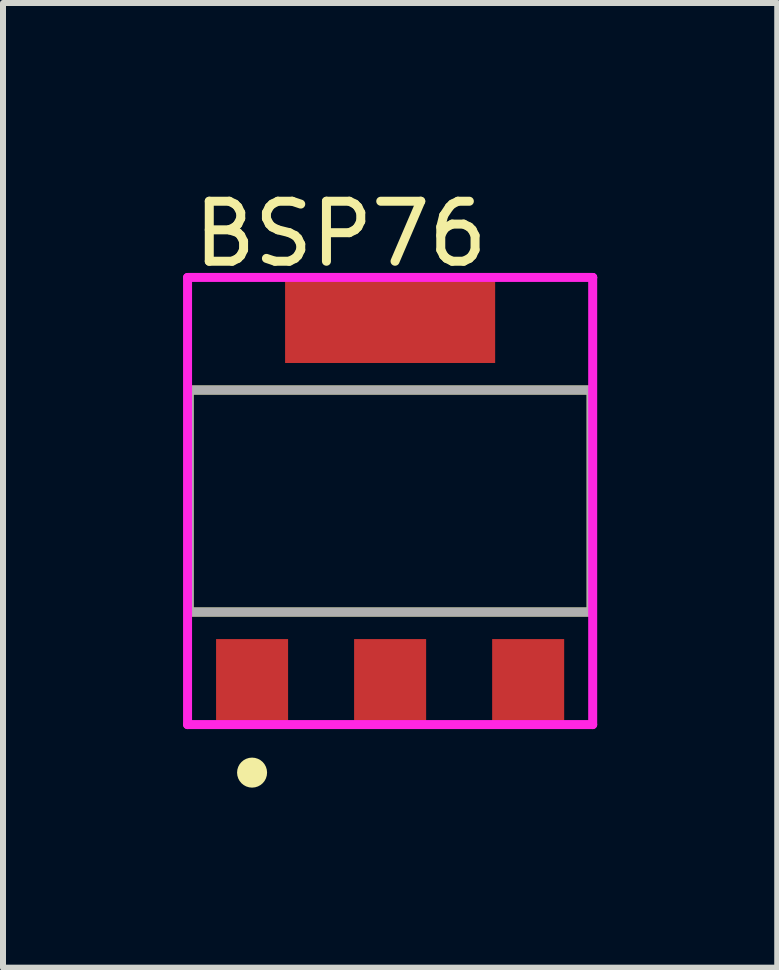
<source format=kicad_pcb>
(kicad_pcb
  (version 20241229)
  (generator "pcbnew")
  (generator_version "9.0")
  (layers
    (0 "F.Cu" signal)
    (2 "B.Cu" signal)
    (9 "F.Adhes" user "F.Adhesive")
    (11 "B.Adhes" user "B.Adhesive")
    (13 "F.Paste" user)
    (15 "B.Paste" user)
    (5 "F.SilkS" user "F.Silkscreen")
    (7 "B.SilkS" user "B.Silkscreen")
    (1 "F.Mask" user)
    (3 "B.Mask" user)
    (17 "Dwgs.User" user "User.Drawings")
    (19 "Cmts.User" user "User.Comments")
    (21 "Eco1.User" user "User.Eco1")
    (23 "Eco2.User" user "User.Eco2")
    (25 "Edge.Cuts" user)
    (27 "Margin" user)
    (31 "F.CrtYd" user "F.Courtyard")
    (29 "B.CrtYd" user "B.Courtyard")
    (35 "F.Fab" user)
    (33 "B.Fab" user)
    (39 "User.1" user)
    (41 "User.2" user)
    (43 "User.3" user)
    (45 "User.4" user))
  (footprint "BSP76"
    (layer "F.Cu")
    (at 3.45 5.298)
    (property "Reference" "BSP76" (at -3.35 -4.45 0) (layer "F.SilkS") (effects (font (size 1 1) (thickness 0.15)) (justify left)))
    (attr through_hole)
    (fp_line (start -3.35 -1.85) (end 3.35 -1.85) (stroke (width 0.15) (type solid)) (layer "F.SilkS"))
    (fp_line (start -3.35 1.85) (end -3.35 -1.85) (stroke (width 0.15) (type solid)) (layer "F.SilkS"))
    (fp_line (start -3.35 1.85) (end 3.35 1.85) (stroke (width 0.15) (type solid)) (layer "F.SilkS"))
    (fp_line (start 3.35 1.85) (end 3.35 -1.85) (stroke (width 0.15) (type solid)) (layer "F.SilkS"))
    (fp_circle (center -2.3 4.525) (end -2.175 4.525) (stroke (width 0.25) (type solid)) (fill no) (layer "F.SilkS"))
    (fp_line (start -3.375 -3.725) (end -3.375 3.725) (stroke (width 0.15) (type solid)) (layer "F.CrtYd"))
    (fp_line (start -3.375 3.725) (end 3.375 3.725) (stroke (width 0.15) (type solid)) (layer "F.CrtYd"))
    (fp_line (start 3.375 -3.725) (end -3.375 -3.725) (stroke (width 0.15) (type solid)) (layer "F.CrtYd"))
    (fp_line (start 3.375 -3.725) (end 3.375 -3.725) (stroke (width 0.15) (type solid)) (layer "F.CrtYd"))
    (fp_line (start 3.375 3.725) (end 3.375 -3.725) (stroke (width 0.15) (type solid)) (layer "F.CrtYd"))
    (fp_line (start -3.35 -1.85) (end 3.35 -1.85) (stroke (width 0.15) (type solid)) (layer "F.Fab"))
    (fp_line (start -3.35 1.85) (end -3.35 -1.85) (stroke (width 0.15) (type solid)) (layer "F.Fab"))
    (fp_line (start 3.35 -1.85) (end 3.35 1.85) (stroke (width 0.15) (type solid)) (layer "F.Fab"))
    (fp_line (start 3.35 1.85) (end -3.35 1.85) (stroke (width 0.15) (type solid)) (layer "F.Fab"))
    (pad "1" smd rect (at -2.3 3) (size 1.2 1.4) (layers "F.Cu" "F.Mask" "F.Paste"))
    (pad "2" smd rect (at 0 3) (size 1.2 1.4) (layers "F.Cu" "F.Mask" "F.Paste"))
    (pad "3" smd rect (at 2.3 3) (size 1.2 1.4) (layers "F.Cu" "F.Mask" "F.Paste"))
    (pad "4" smd rect (at 0 -3) (size 3.5 1.4) (layers "F.Cu" "F.Mask" "F.Paste")))
  (gr_rect
    (start -3 -3)
    (end 9.9 13.073)
    (stroke (width 0.1) (type default))
    (fill no)
    (layer "Edge.Cuts")))
</source>
